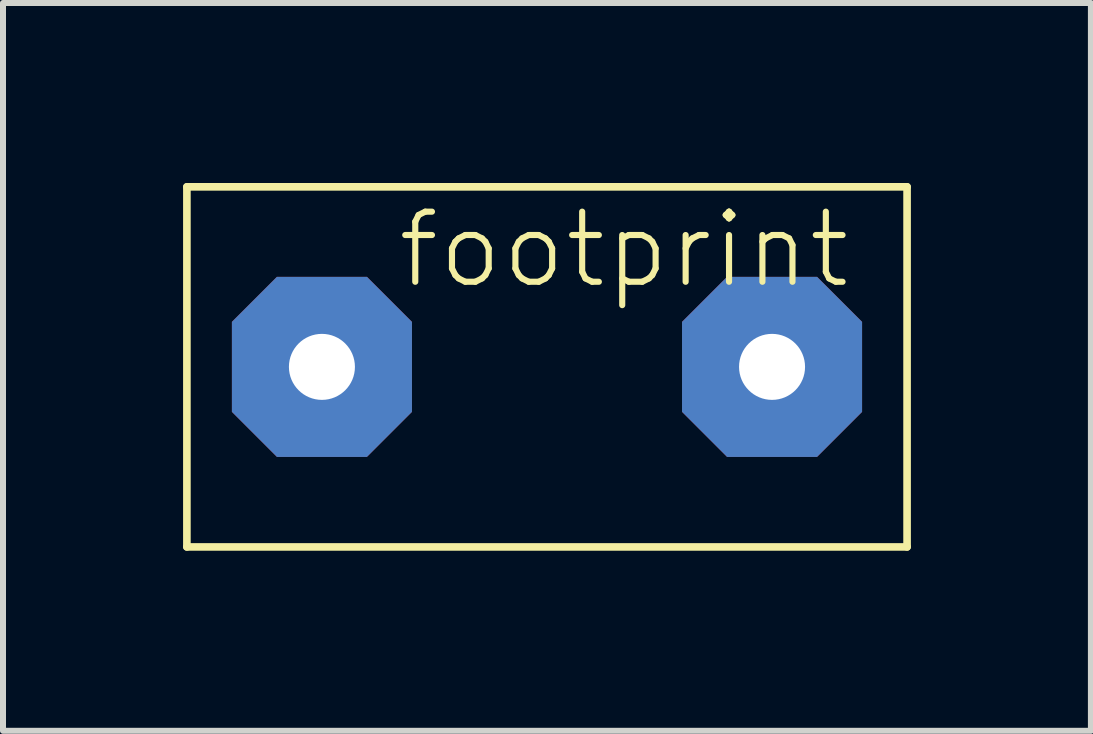
<source format=kicad_pcb>
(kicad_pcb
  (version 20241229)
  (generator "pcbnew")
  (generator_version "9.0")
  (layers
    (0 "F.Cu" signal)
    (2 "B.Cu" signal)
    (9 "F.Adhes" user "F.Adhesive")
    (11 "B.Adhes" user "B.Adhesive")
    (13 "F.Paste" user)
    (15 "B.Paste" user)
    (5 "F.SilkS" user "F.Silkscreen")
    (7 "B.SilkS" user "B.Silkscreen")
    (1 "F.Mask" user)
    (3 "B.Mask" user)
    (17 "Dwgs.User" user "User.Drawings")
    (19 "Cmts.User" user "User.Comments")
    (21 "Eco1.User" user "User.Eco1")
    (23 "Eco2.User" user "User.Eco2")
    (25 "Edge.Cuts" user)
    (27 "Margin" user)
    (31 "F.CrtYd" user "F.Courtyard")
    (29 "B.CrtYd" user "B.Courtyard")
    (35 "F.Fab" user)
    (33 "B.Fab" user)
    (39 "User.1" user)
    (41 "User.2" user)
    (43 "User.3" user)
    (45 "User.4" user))
  (footprint "footprint"
    (layer "F.Cu")
    (at 6.064 3.063)
    (property "Reference" "footprint" (at -2.54 -1.27 0) (layer "F.SilkS") (effects (font (size 1.168 1.168) (thickness 0.102)) (justify left bottom)))
    (fp_line (start -6 -3) (end 6 -3) (stroke (width 0.127) (type solid)) (layer "F.SilkS"))
    (fp_line (start -6 3) (end -6 -3) (stroke (width 0.127) (type solid)) (layer "F.SilkS"))
    (fp_line (start 6 -3) (end 6 3) (stroke (width 0.127) (type solid)) (layer "F.SilkS"))
    (fp_line (start 6 3) (end -6 3) (stroke (width 0.127) (type solid)) (layer "F.SilkS"))
    (pad "1" thru_hole roundrect (at -3.75 0) (size 3 3) (drill 1.1) (layers "*.Cu" "*.Mask") (roundrect_rratio 0.25) (chamfer_ratio 0.25) (chamfer top_left top_right bottom_left bottom_right))
    (pad "2" thru_hole roundrect (at 3.75 0) (size 3 3) (drill 1.1) (layers "*.Cu" "*.Mask") (roundrect_rratio 0.25) (chamfer_ratio 0.25) (chamfer top_left top_right bottom_left bottom_right)))
  (gr_rect
    (start -3 -3)
    (end 15.127 9.127)
    (stroke (width 0.1) (type default))
    (fill no)
    (layer "Edge.Cuts")))
</source>
